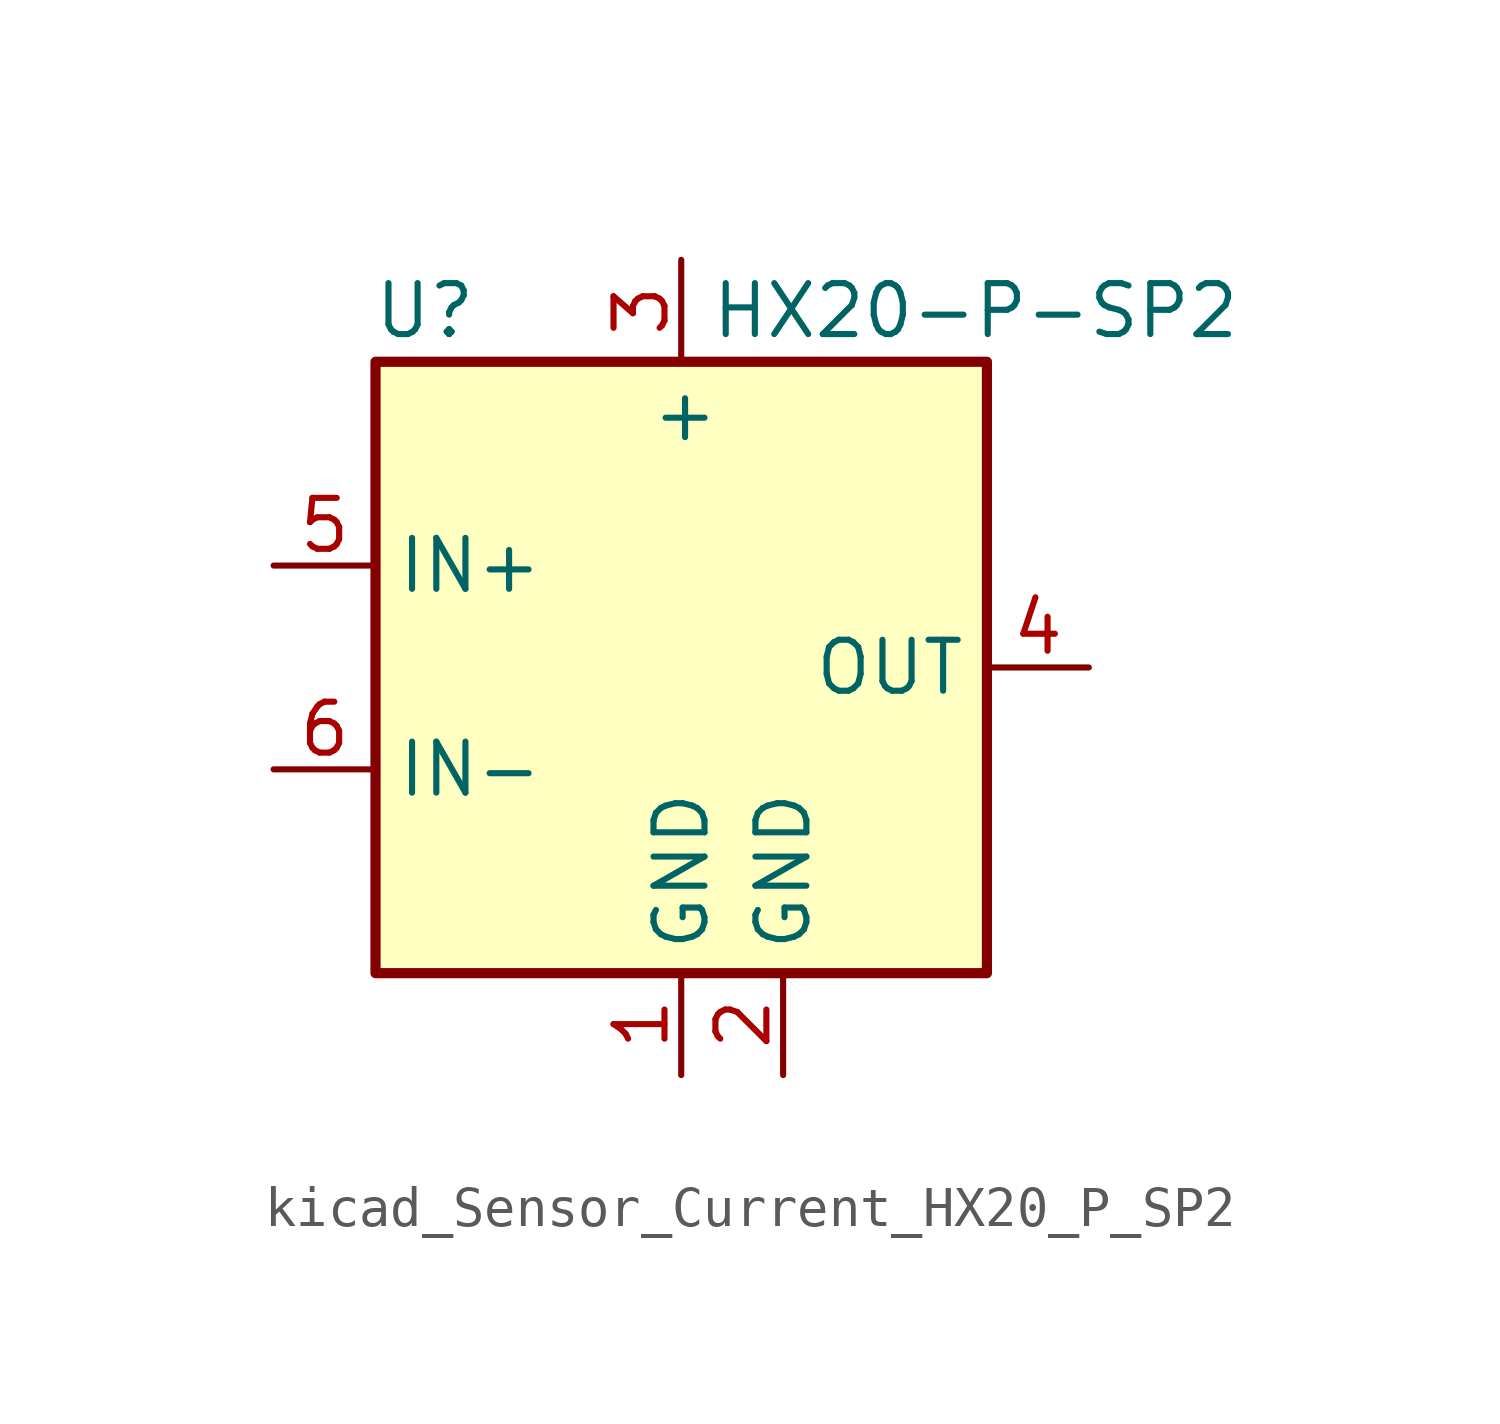
<source format=kicad_sym>
(kicad_symbol_lib
  (version 20220914)
  (generator kicad_symbol_editor)
  (symbol "kicad_Sensor_Current_HX20_P_SP2"
    (property "Reference" "U"
      (at -5.08 8.89 0)
      (effects (font (size 1.27 1.27)) (justify right)))
    (property "Value" "HX20-P-SP2"
      (at 13.97 8.89 0)
      (effects (font (size 1.27 1.27)) (justify right)))
    (symbol "kicad_Sensor_Current_HX20_P_SP2_0_1"
      (rectangle (start -7.62 7.62) (end 7.62 -7.62) (stroke (width 0.254) (type default)) (fill (type background))))
    (symbol "kicad_Sensor_Current_HX20_P_SP2_1_1"
      (pin power_in line (at 0 -10.16 90) (length 2.54) (name "GND" (effects (font (size 1.27 1.27)))) (number "1" (effects (font (size 1.27 1.27)))))
      (pin power_in line (at 2.54 -10.16 90) (length 2.54) (name "GND" (effects (font (size 1.27 1.27)))) (number "2" (effects (font (size 1.27 1.27)))))
      (pin power_in line (at 0 10.16 270) (length 2.54) (name "+" (effects (font (size 1.27 1.27)))) (number "3" (effects (font (size 1.27 1.27)))))
      (pin output line (at 10.16 0 180) (length 2.54) (name "OUT" (effects (font (size 1.27 1.27)))) (number "4" (effects (font (size 1.27 1.27)))))
      (pin passive line (at -10.16 2.54 0) (length 2.54) (name "IN+" (effects (font (size 1.27 1.27)))) (number "5" (effects (font (size 1.27 1.27)))))
      (pin passive line (at -10.16 -2.54 0) (length 2.54) (name "IN-" (effects (font (size 1.27 1.27)))) (number "6" (effects (font (size 1.27 1.27))))))))
</source>
